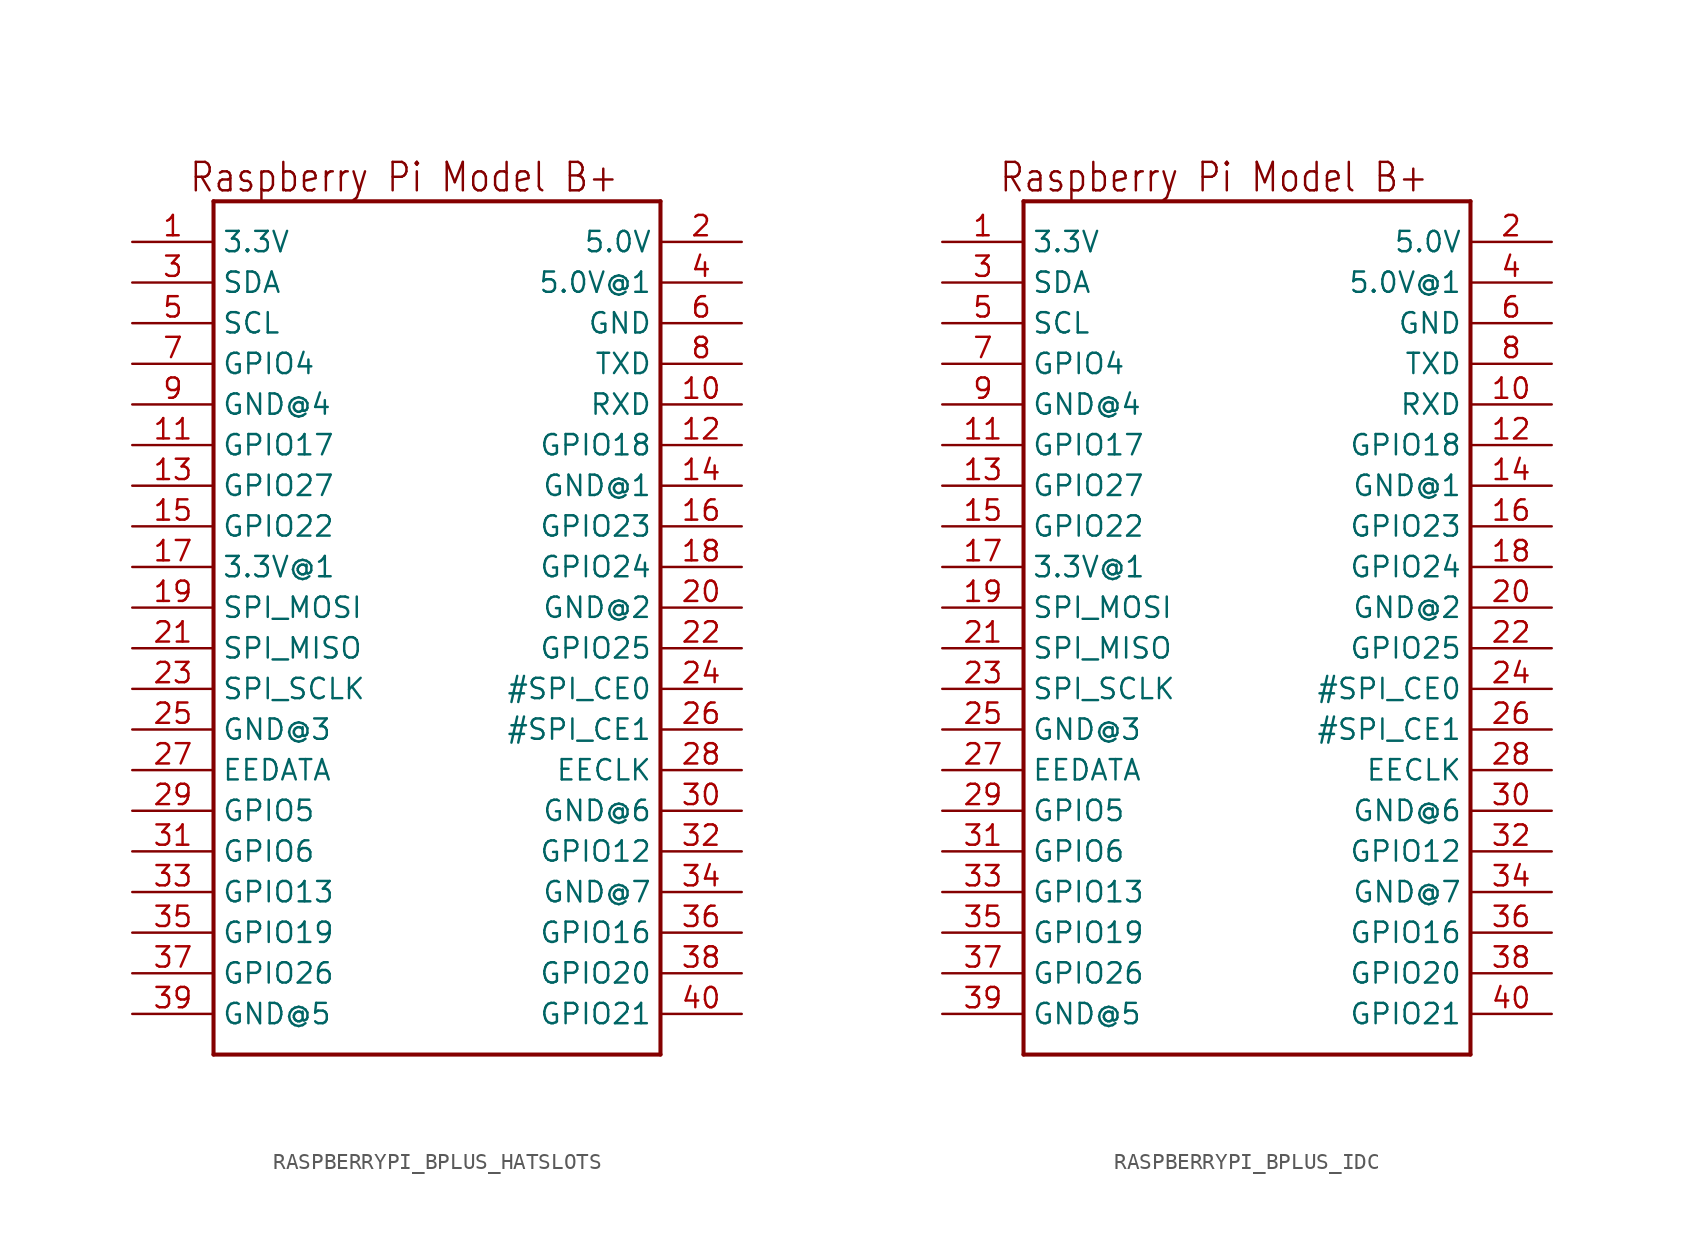
<source format=kicad_sym>
(kicad_symbol_lib
  (version 20231120)
  (generator "kicad_symbol_editor")
  (generator_version "8.0")
  (symbol "RASPBERRYPI_BPLUS_HATSLOTS"
    (property "Reference" "RPI"
      (at 0 0 0)
      (effects (font (size 1.27 1.27)) (hide yes)))
    (property "ki_locked" ""
      (at 0 0 0)
      (effects (font (size 1.27 1.27))))
    (symbol "RASPBERRYPI_BPLUS_HATSLOTS_1_0"
      (polyline (pts (xy -12.7 -30.48) (xy -12.7 22.86)) (stroke (width 0.254) (type solid)) (fill (type none)))
      (polyline (pts (xy -12.7 22.86) (xy 15.24 22.86)) (stroke (width 0.254) (type solid)) (fill (type none)))
      (polyline (pts (xy 15.24 -30.48) (xy -12.7 -30.48)) (stroke (width 0.254) (type solid)) (fill (type none)))
      (polyline (pts (xy 15.24 22.86) (xy 15.24 -30.48)) (stroke (width 0.254) (type solid)) (fill (type none)))
      (text "Raspberry Pi Model B+" (at 12.7 25.4 0) (effects (font (size 1.778 1.511)) (justify right top)))
      (pin power_in line (at -17.78 20.32 0) (length 5.08) (name "3.3V" (effects (font (size 1.27 1.27)))) (number "1" (effects (font (size 1.27 1.27)))))
      (pin bidirectional line (at 20.32 10.16 180) (length 5.08) (name "RXD" (effects (font (size 1.27 1.27)))) (number "10" (effects (font (size 1.27 1.27)))))
      (pin bidirectional line (at -17.78 7.62 0) (length 5.08) (name "GPIO17" (effects (font (size 1.27 1.27)))) (number "11" (effects (font (size 1.27 1.27)))))
      (pin bidirectional line (at 20.32 7.62 180) (length 5.08) (name "GPIO18" (effects (font (size 1.27 1.27)))) (number "12" (effects (font (size 1.27 1.27)))))
      (pin bidirectional line (at -17.78 5.08 0) (length 5.08) (name "GPIO27" (effects (font (size 1.27 1.27)))) (number "13" (effects (font (size 1.27 1.27)))))
      (pin power_in line (at 20.32 5.08 180) (length 5.08) (name "GND@1" (effects (font (size 1.27 1.27)))) (number "14" (effects (font (size 1.27 1.27)))))
      (pin bidirectional line (at -17.78 2.54 0) (length 5.08) (name "GPIO22" (effects (font (size 1.27 1.27)))) (number "15" (effects (font (size 1.27 1.27)))))
      (pin bidirectional line (at 20.32 2.54 180) (length 5.08) (name "GPIO23" (effects (font (size 1.27 1.27)))) (number "16" (effects (font (size 1.27 1.27)))))
      (pin power_in line (at -17.78 0 0) (length 5.08) (name "3.3V@1" (effects (font (size 1.27 1.27)))) (number "17" (effects (font (size 1.27 1.27)))))
      (pin bidirectional line (at 20.32 0 180) (length 5.08) (name "GPIO24" (effects (font (size 1.27 1.27)))) (number "18" (effects (font (size 1.27 1.27)))))
      (pin bidirectional line (at -17.78 -2.54 0) (length 5.08) (name "SPI_MOSI" (effects (font (size 1.27 1.27)))) (number "19" (effects (font (size 1.27 1.27)))))
      (pin power_in line (at 20.32 20.32 180) (length 5.08) (name "5.0V" (effects (font (size 1.27 1.27)))) (number "2" (effects (font (size 1.27 1.27)))))
      (pin power_in line (at 20.32 -2.54 180) (length 5.08) (name "GND@2" (effects (font (size 1.27 1.27)))) (number "20" (effects (font (size 1.27 1.27)))))
      (pin bidirectional line (at -17.78 -5.08 0) (length 5.08) (name "SPI_MISO" (effects (font (size 1.27 1.27)))) (number "21" (effects (font (size 1.27 1.27)))))
      (pin bidirectional line (at 20.32 -5.08 180) (length 5.08) (name "GPIO25" (effects (font (size 1.27 1.27)))) (number "22" (effects (font (size 1.27 1.27)))))
      (pin bidirectional line (at -17.78 -7.62 0) (length 5.08) (name "SPI_SCLK" (effects (font (size 1.27 1.27)))) (number "23" (effects (font (size 1.27 1.27)))))
      (pin bidirectional line (at 20.32 -7.62 180) (length 5.08) (name "#SPI_CE0" (effects (font (size 1.27 1.27)))) (number "24" (effects (font (size 1.27 1.27)))))
      (pin power_in line (at -17.78 -10.16 0) (length 5.08) (name "GND@3" (effects (font (size 1.27 1.27)))) (number "25" (effects (font (size 1.27 1.27)))))
      (pin bidirectional line (at 20.32 -10.16 180) (length 5.08) (name "#SPI_CE1" (effects (font (size 1.27 1.27)))) (number "26" (effects (font (size 1.27 1.27)))))
      (pin bidirectional line (at -17.78 -12.7 0) (length 5.08) (name "EEDATA" (effects (font (size 1.27 1.27)))) (number "27" (effects (font (size 1.27 1.27)))))
      (pin bidirectional line (at 20.32 -12.7 180) (length 5.08) (name "EECLK" (effects (font (size 1.27 1.27)))) (number "28" (effects (font (size 1.27 1.27)))))
      (pin bidirectional line (at -17.78 -15.24 0) (length 5.08) (name "GPIO5" (effects (font (size 1.27 1.27)))) (number "29" (effects (font (size 1.27 1.27)))))
      (pin bidirectional line (at -17.78 17.78 0) (length 5.08) (name "SDA" (effects (font (size 1.27 1.27)))) (number "3" (effects (font (size 1.27 1.27)))))
      (pin power_in line (at 20.32 -15.24 180) (length 5.08) (name "GND@6" (effects (font (size 1.27 1.27)))) (number "30" (effects (font (size 1.27 1.27)))))
      (pin bidirectional line (at -17.78 -17.78 0) (length 5.08) (name "GPIO6" (effects (font (size 1.27 1.27)))) (number "31" (effects (font (size 1.27 1.27)))))
      (pin bidirectional line (at 20.32 -17.78 180) (length 5.08) (name "GPIO12" (effects (font (size 1.27 1.27)))) (number "32" (effects (font (size 1.27 1.27)))))
      (pin bidirectional line (at -17.78 -20.32 0) (length 5.08) (name "GPIO13" (effects (font (size 1.27 1.27)))) (number "33" (effects (font (size 1.27 1.27)))))
      (pin power_in line (at 20.32 -20.32 180) (length 5.08) (name "GND@7" (effects (font (size 1.27 1.27)))) (number "34" (effects (font (size 1.27 1.27)))))
      (pin bidirectional line (at -17.78 -22.86 0) (length 5.08) (name "GPIO19" (effects (font (size 1.27 1.27)))) (number "35" (effects (font (size 1.27 1.27)))))
      (pin bidirectional line (at 20.32 -22.86 180) (length 5.08) (name "GPIO16" (effects (font (size 1.27 1.27)))) (number "36" (effects (font (size 1.27 1.27)))))
      (pin bidirectional line (at -17.78 -25.4 0) (length 5.08) (name "GPIO26" (effects (font (size 1.27 1.27)))) (number "37" (effects (font (size 1.27 1.27)))))
      (pin bidirectional line (at 20.32 -25.4 180) (length 5.08) (name "GPIO20" (effects (font (size 1.27 1.27)))) (number "38" (effects (font (size 1.27 1.27)))))
      (pin power_in line (at -17.78 -27.94 0) (length 5.08) (name "GND@5" (effects (font (size 1.27 1.27)))) (number "39" (effects (font (size 1.27 1.27)))))
      (pin power_in line (at 20.32 17.78 180) (length 5.08) (name "5.0V@1" (effects (font (size 1.27 1.27)))) (number "4" (effects (font (size 1.27 1.27)))))
      (pin bidirectional line (at 20.32 -27.94 180) (length 5.08) (name "GPIO21" (effects (font (size 1.27 1.27)))) (number "40" (effects (font (size 1.27 1.27)))))
      (pin bidirectional line (at -17.78 15.24 0) (length 5.08) (name "SCL" (effects (font (size 1.27 1.27)))) (number "5" (effects (font (size 1.27 1.27)))))
      (pin power_in line (at 20.32 15.24 180) (length 5.08) (name "GND" (effects (font (size 1.27 1.27)))) (number "6" (effects (font (size 1.27 1.27)))))
      (pin bidirectional line (at -17.78 12.7 0) (length 5.08) (name "GPIO4" (effects (font (size 1.27 1.27)))) (number "7" (effects (font (size 1.27 1.27)))))
      (pin bidirectional line (at 20.32 12.7 180) (length 5.08) (name "TXD" (effects (font (size 1.27 1.27)))) (number "8" (effects (font (size 1.27 1.27)))))
      (pin power_in line (at -17.78 10.16 0) (length 5.08) (name "GND@4" (effects (font (size 1.27 1.27)))) (number "9" (effects (font (size 1.27 1.27)))))))
  (symbol "RASPBERRYPI_BPLUS_IDC"
    (property "Reference" "RPI"
      (at 0 0 0)
      (effects (font (size 1.27 1.27)) (hide yes)))
    (property "ki_locked" ""
      (at 0 0 0)
      (effects (font (size 1.27 1.27))))
    (symbol "RASPBERRYPI_BPLUS_IDC_1_0"
      (polyline (pts (xy -12.7 -30.48) (xy -12.7 22.86)) (stroke (width 0.254) (type solid)) (fill (type none)))
      (polyline (pts (xy -12.7 22.86) (xy 15.24 22.86)) (stroke (width 0.254) (type solid)) (fill (type none)))
      (polyline (pts (xy 15.24 -30.48) (xy -12.7 -30.48)) (stroke (width 0.254) (type solid)) (fill (type none)))
      (polyline (pts (xy 15.24 22.86) (xy 15.24 -30.48)) (stroke (width 0.254) (type solid)) (fill (type none)))
      (text "Raspberry Pi Model B+" (at 12.7 25.4 0) (effects (font (size 1.778 1.511)) (justify right top)))
      (pin power_in line (at -17.78 20.32 0) (length 5.08) (name "3.3V" (effects (font (size 1.27 1.27)))) (number "1" (effects (font (size 1.27 1.27)))))
      (pin bidirectional line (at 20.32 10.16 180) (length 5.08) (name "RXD" (effects (font (size 1.27 1.27)))) (number "10" (effects (font (size 1.27 1.27)))))
      (pin bidirectional line (at -17.78 7.62 0) (length 5.08) (name "GPIO17" (effects (font (size 1.27 1.27)))) (number "11" (effects (font (size 1.27 1.27)))))
      (pin bidirectional line (at 20.32 7.62 180) (length 5.08) (name "GPIO18" (effects (font (size 1.27 1.27)))) (number "12" (effects (font (size 1.27 1.27)))))
      (pin bidirectional line (at -17.78 5.08 0) (length 5.08) (name "GPIO27" (effects (font (size 1.27 1.27)))) (number "13" (effects (font (size 1.27 1.27)))))
      (pin power_in line (at 20.32 5.08 180) (length 5.08) (name "GND@1" (effects (font (size 1.27 1.27)))) (number "14" (effects (font (size 1.27 1.27)))))
      (pin bidirectional line (at -17.78 2.54 0) (length 5.08) (name "GPIO22" (effects (font (size 1.27 1.27)))) (number "15" (effects (font (size 1.27 1.27)))))
      (pin bidirectional line (at 20.32 2.54 180) (length 5.08) (name "GPIO23" (effects (font (size 1.27 1.27)))) (number "16" (effects (font (size 1.27 1.27)))))
      (pin power_in line (at -17.78 0 0) (length 5.08) (name "3.3V@1" (effects (font (size 1.27 1.27)))) (number "17" (effects (font (size 1.27 1.27)))))
      (pin bidirectional line (at 20.32 0 180) (length 5.08) (name "GPIO24" (effects (font (size 1.27 1.27)))) (number "18" (effects (font (size 1.27 1.27)))))
      (pin bidirectional line (at -17.78 -2.54 0) (length 5.08) (name "SPI_MOSI" (effects (font (size 1.27 1.27)))) (number "19" (effects (font (size 1.27 1.27)))))
      (pin power_in line (at 20.32 20.32 180) (length 5.08) (name "5.0V" (effects (font (size 1.27 1.27)))) (number "2" (effects (font (size 1.27 1.27)))))
      (pin power_in line (at 20.32 -2.54 180) (length 5.08) (name "GND@2" (effects (font (size 1.27 1.27)))) (number "20" (effects (font (size 1.27 1.27)))))
      (pin bidirectional line (at -17.78 -5.08 0) (length 5.08) (name "SPI_MISO" (effects (font (size 1.27 1.27)))) (number "21" (effects (font (size 1.27 1.27)))))
      (pin bidirectional line (at 20.32 -5.08 180) (length 5.08) (name "GPIO25" (effects (font (size 1.27 1.27)))) (number "22" (effects (font (size 1.27 1.27)))))
      (pin bidirectional line (at -17.78 -7.62 0) (length 5.08) (name "SPI_SCLK" (effects (font (size 1.27 1.27)))) (number "23" (effects (font (size 1.27 1.27)))))
      (pin bidirectional line (at 20.32 -7.62 180) (length 5.08) (name "#SPI_CE0" (effects (font (size 1.27 1.27)))) (number "24" (effects (font (size 1.27 1.27)))))
      (pin power_in line (at -17.78 -10.16 0) (length 5.08) (name "GND@3" (effects (font (size 1.27 1.27)))) (number "25" (effects (font (size 1.27 1.27)))))
      (pin bidirectional line (at 20.32 -10.16 180) (length 5.08) (name "#SPI_CE1" (effects (font (size 1.27 1.27)))) (number "26" (effects (font (size 1.27 1.27)))))
      (pin bidirectional line (at -17.78 -12.7 0) (length 5.08) (name "EEDATA" (effects (font (size 1.27 1.27)))) (number "27" (effects (font (size 1.27 1.27)))))
      (pin bidirectional line (at 20.32 -12.7 180) (length 5.08) (name "EECLK" (effects (font (size 1.27 1.27)))) (number "28" (effects (font (size 1.27 1.27)))))
      (pin bidirectional line (at -17.78 -15.24 0) (length 5.08) (name "GPIO5" (effects (font (size 1.27 1.27)))) (number "29" (effects (font (size 1.27 1.27)))))
      (pin bidirectional line (at -17.78 17.78 0) (length 5.08) (name "SDA" (effects (font (size 1.27 1.27)))) (number "3" (effects (font (size 1.27 1.27)))))
      (pin power_in line (at 20.32 -15.24 180) (length 5.08) (name "GND@6" (effects (font (size 1.27 1.27)))) (number "30" (effects (font (size 1.27 1.27)))))
      (pin bidirectional line (at -17.78 -17.78 0) (length 5.08) (name "GPIO6" (effects (font (size 1.27 1.27)))) (number "31" (effects (font (size 1.27 1.27)))))
      (pin bidirectional line (at 20.32 -17.78 180) (length 5.08) (name "GPIO12" (effects (font (size 1.27 1.27)))) (number "32" (effects (font (size 1.27 1.27)))))
      (pin bidirectional line (at -17.78 -20.32 0) (length 5.08) (name "GPIO13" (effects (font (size 1.27 1.27)))) (number "33" (effects (font (size 1.27 1.27)))))
      (pin power_in line (at 20.32 -20.32 180) (length 5.08) (name "GND@7" (effects (font (size 1.27 1.27)))) (number "34" (effects (font (size 1.27 1.27)))))
      (pin bidirectional line (at -17.78 -22.86 0) (length 5.08) (name "GPIO19" (effects (font (size 1.27 1.27)))) (number "35" (effects (font (size 1.27 1.27)))))
      (pin bidirectional line (at 20.32 -22.86 180) (length 5.08) (name "GPIO16" (effects (font (size 1.27 1.27)))) (number "36" (effects (font (size 1.27 1.27)))))
      (pin bidirectional line (at -17.78 -25.4 0) (length 5.08) (name "GPIO26" (effects (font (size 1.27 1.27)))) (number "37" (effects (font (size 1.27 1.27)))))
      (pin bidirectional line (at 20.32 -25.4 180) (length 5.08) (name "GPIO20" (effects (font (size 1.27 1.27)))) (number "38" (effects (font (size 1.27 1.27)))))
      (pin power_in line (at -17.78 -27.94 0) (length 5.08) (name "GND@5" (effects (font (size 1.27 1.27)))) (number "39" (effects (font (size 1.27 1.27)))))
      (pin power_in line (at 20.32 17.78 180) (length 5.08) (name "5.0V@1" (effects (font (size 1.27 1.27)))) (number "4" (effects (font (size 1.27 1.27)))))
      (pin bidirectional line (at 20.32 -27.94 180) (length 5.08) (name "GPIO21" (effects (font (size 1.27 1.27)))) (number "40" (effects (font (size 1.27 1.27)))))
      (pin bidirectional line (at -17.78 15.24 0) (length 5.08) (name "SCL" (effects (font (size 1.27 1.27)))) (number "5" (effects (font (size 1.27 1.27)))))
      (pin power_in line (at 20.32 15.24 180) (length 5.08) (name "GND" (effects (font (size 1.27 1.27)))) (number "6" (effects (font (size 1.27 1.27)))))
      (pin bidirectional line (at -17.78 12.7 0) (length 5.08) (name "GPIO4" (effects (font (size 1.27 1.27)))) (number "7" (effects (font (size 1.27 1.27)))))
      (pin bidirectional line (at 20.32 12.7 180) (length 5.08) (name "TXD" (effects (font (size 1.27 1.27)))) (number "8" (effects (font (size 1.27 1.27)))))
      (pin power_in line (at -17.78 10.16 0) (length 5.08) (name "GND@4" (effects (font (size 1.27 1.27)))) (number "9" (effects (font (size 1.27 1.27))))))))
</source>
